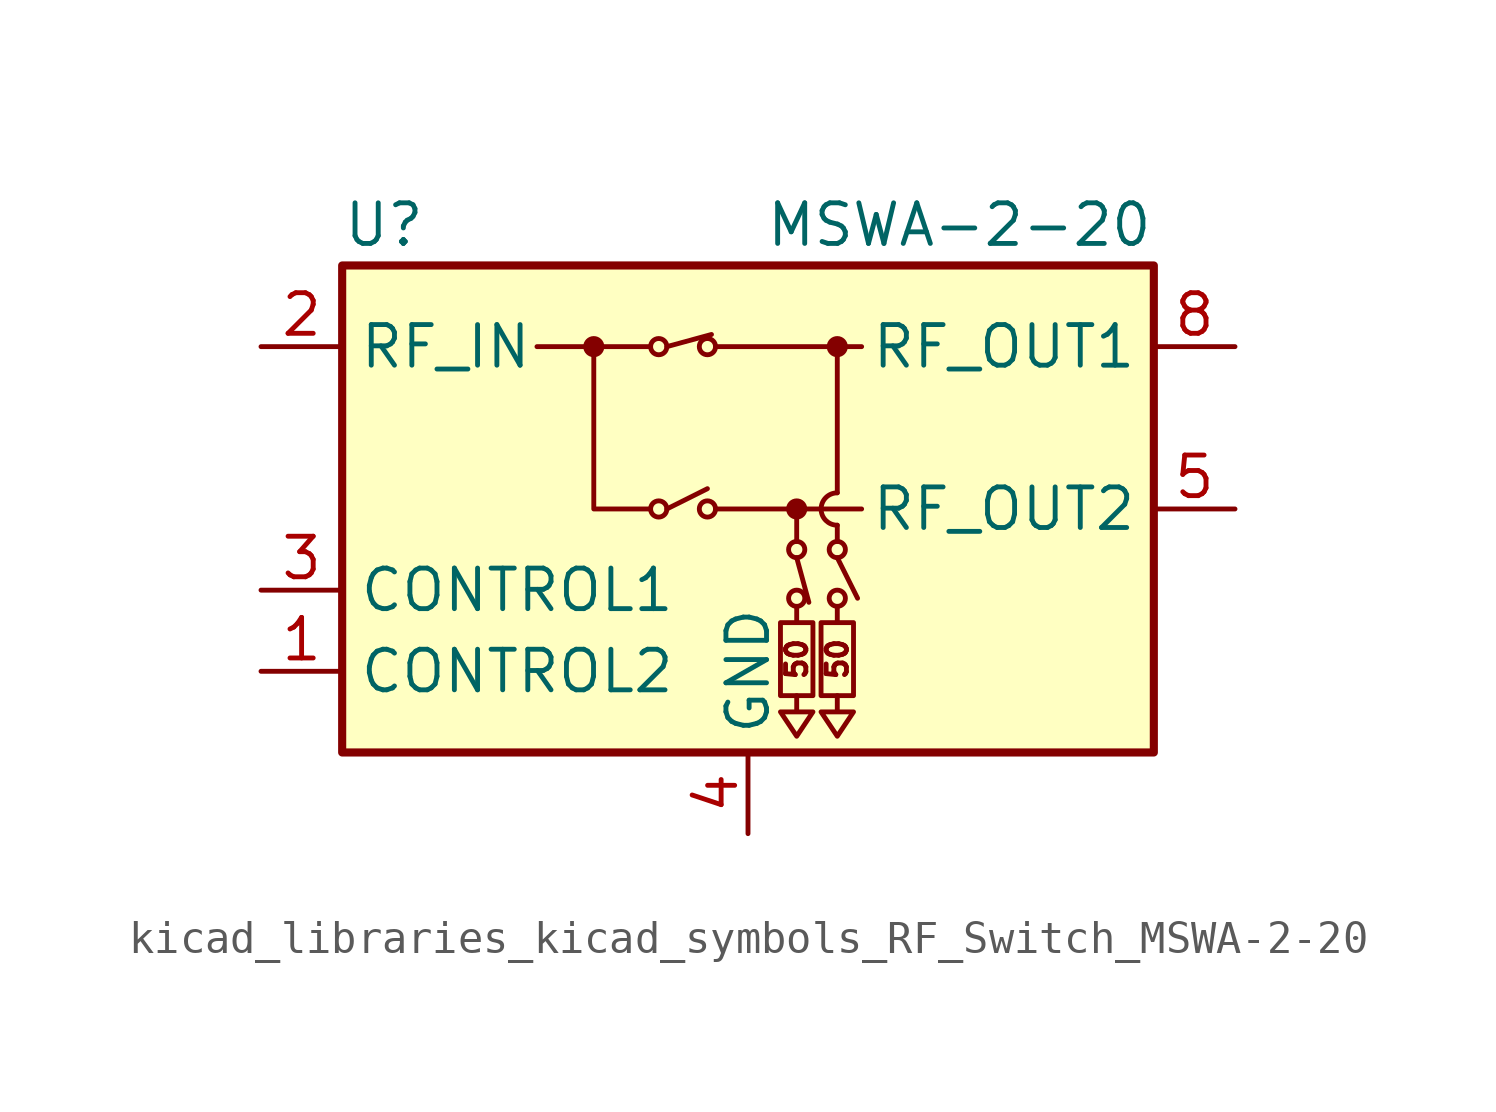
<source format=kicad_sym>
(kicad_symbol_lib
  (version 20220914)
  (generator kicad_symbol_editor)
  (symbol "kicad_libraries_kicad_symbols_RF_Switch_MSWA-2-20"
    (property "Reference" "U"
      (at -12.7 8.89 0)
      (effects (font (size 1.27 1.27)) (justify left)))
    (property "Value" "MSWA-2-20"
      (at 12.7 8.89 0)
      (effects (font (size 1.27 1.27)) (justify right)))
    (symbol "kicad_libraries_kicad_symbols_RF_Switch_MSWA-2-20_0_0"
      (text "50" (at 1.524 -4.699 900) (effects (font (size 0.635 0.635))))
      (text "50" (at 2.794 -4.699 900) (effects (font (size 0.635 0.635)))))
    (symbol "kicad_libraries_kicad_symbols_RF_Switch_MSWA-2-20_0_1"
      (rectangle (start -12.7 7.62) (end 12.7 -7.62) (stroke (width 0.254) (type default)) (fill (type background)))
      (circle (center -4.826 5.08) (radius 0.254) (stroke (width 0) (type default)) (fill (type outline)))
      (circle (center -2.794 0) (radius 0.254) (stroke (width 0) (type default)) (fill (type none)))
      (circle (center -2.794 5.08) (radius 0.254) (stroke (width 0) (type default)) (fill (type none)))
      (circle (center -1.27 0) (radius 0.254) (stroke (width 0) (type default)) (fill (type none)))
      (circle (center -1.27 5.08) (radius 0.254) (stroke (width 0) (type default)) (fill (type none)))
      (polyline (pts (xy -3.048 5.08) (xy -6.604 5.08)) (stroke (width 0) (type default)) (fill (type none)))
      (polyline (pts (xy -2.54 0) (xy -1.27 0.635)) (stroke (width 0) (type default)) (fill (type none)))
      (polyline (pts (xy -2.54 5.08) (xy -1.143 5.461)) (stroke (width 0) (type default)) (fill (type none)))
      (polyline (pts (xy -1.016 0) (xy 3.556 0)) (stroke (width 0) (type default)) (fill (type none)))
      (polyline (pts (xy -1.016 5.08) (xy 3.556 5.08)) (stroke (width 0) (type default)) (fill (type none)))
      (polyline (pts (xy 1.524 -3.048) (xy 1.524 -3.556)) (stroke (width 0) (type default)) (fill (type none)))
      (polyline (pts (xy 1.524 -1.524) (xy 1.905 -2.921)) (stroke (width 0) (type default)) (fill (type none)))
      (polyline (pts (xy 1.524 -1.016) (xy 1.524 0)) (stroke (width 0) (type default)) (fill (type none)))
      (polyline (pts (xy 2.794 -3.048) (xy 2.794 -3.556)) (stroke (width 0) (type default)) (fill (type none)))
      (polyline (pts (xy 2.794 -1.524) (xy 3.429 -2.794)) (stroke (width 0) (type default)) (fill (type none)))
      (polyline (pts (xy 2.794 -0.508) (xy 2.794 -1.016)) (stroke (width 0) (type default)) (fill (type none)))
      (polyline (pts (xy 2.794 5.08) (xy 2.794 0.508)) (stroke (width 0) (type default)) (fill (type none)))
      (polyline (pts (xy -4.826 5.08) (xy -4.826 0) (xy -3.048 0)) (stroke (width 0) (type default)) (fill (type none)))
      (polyline (pts (xy 1.524 -5.842) (xy 1.524 -6.35) (xy 1.016 -6.35) (xy 1.524 -7.112) (xy 2.032 -6.35) (xy 1.524 -6.35)) (stroke (width 0) (type default)) (fill (type none)))
      (polyline (pts (xy 2.794 -5.842) (xy 2.794 -6.35) (xy 2.286 -6.35) (xy 2.794 -7.112) (xy 3.302 -6.35) (xy 2.794 -6.35)) (stroke (width 0) (type default)) (fill (type none)))
      (rectangle (start 1.016 -3.556) (end 2.032 -5.842) (stroke (width 0) (type default)) (fill (type none)))
      (circle (center 1.524 -2.794) (radius 0.254) (stroke (width 0) (type default)) (fill (type none)))
      (circle (center 1.524 -1.27) (radius 0.254) (stroke (width 0) (type default)) (fill (type none)))
      (circle (center 1.524 0) (radius 0.254) (stroke (width 0) (type default)) (fill (type outline)))
      (rectangle (start 2.286 -3.556) (end 3.302 -5.842) (stroke (width 0) (type default)) (fill (type none)))
      (circle (center 2.794 -2.794) (radius 0.254) (stroke (width 0) (type default)) (fill (type none)))
      (circle (center 2.794 -1.27) (radius 0.254) (stroke (width 0) (type default)) (fill (type none)))
      (arc (start 2.794 0.508) (mid 2.2882 0) (end 2.794 -0.508) (stroke (width 0) (type default)) (fill (type none)))
      (circle (center 2.794 5.08) (radius 0.254) (stroke (width 0) (type default)) (fill (type outline))))
    (symbol "kicad_libraries_kicad_symbols_RF_Switch_MSWA-2-20_1_1"
      (pin input line (at -15.24 -5.08 0) (length 2.54) (name "CONTROL2" (effects (font (size 1.27 1.27)))) (number "1" (effects (font (size 1.27 1.27)))))
      (pin passive line (at -15.24 5.08 0) (length 2.54) (name "RF_IN" (effects (font (size 1.27 1.27)))) (number "2" (effects (font (size 1.27 1.27)))))
      (pin input line (at -15.24 -2.54 0) (length 2.54) (name "CONTROL1" (effects (font (size 1.27 1.27)))) (number "3" (effects (font (size 1.27 1.27)))))
      (pin power_in line (at 0 -10.16 90) (length 2.54) (name "GND" (effects (font (size 1.27 1.27)))) (number "4" (effects (font (size 1.27 1.27)))))
      (pin passive line (at 15.24 0 180) (length 2.54) (name "RF_OUT2" (effects (font (size 1.27 1.27)))) (number "5" (effects (font (size 1.27 1.27)))))
      (pin passive line (at 0 -10.16 90) (length 2.54) hide (name "GND" (effects (font (size 1.27 1.27)))) (number "6" (effects (font (size 1.27 1.27)))))
      (pin passive line (at 0 -10.16 90) (length 2.54) hide (name "GND" (effects (font (size 1.27 1.27)))) (number "7" (effects (font (size 1.27 1.27)))))
      (pin passive line (at 15.24 5.08 180) (length 2.54) (name "RF_OUT1" (effects (font (size 1.27 1.27)))) (number "8" (effects (font (size 1.27 1.27))))))))
</source>
